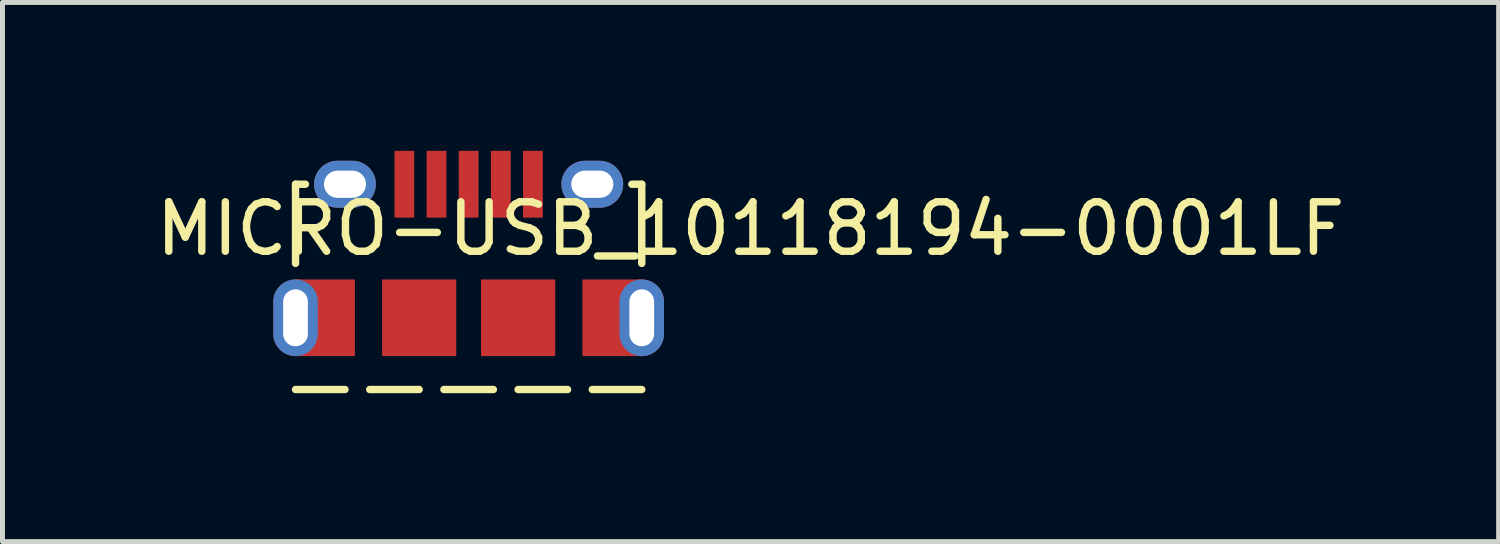
<source format=kicad_pcb>
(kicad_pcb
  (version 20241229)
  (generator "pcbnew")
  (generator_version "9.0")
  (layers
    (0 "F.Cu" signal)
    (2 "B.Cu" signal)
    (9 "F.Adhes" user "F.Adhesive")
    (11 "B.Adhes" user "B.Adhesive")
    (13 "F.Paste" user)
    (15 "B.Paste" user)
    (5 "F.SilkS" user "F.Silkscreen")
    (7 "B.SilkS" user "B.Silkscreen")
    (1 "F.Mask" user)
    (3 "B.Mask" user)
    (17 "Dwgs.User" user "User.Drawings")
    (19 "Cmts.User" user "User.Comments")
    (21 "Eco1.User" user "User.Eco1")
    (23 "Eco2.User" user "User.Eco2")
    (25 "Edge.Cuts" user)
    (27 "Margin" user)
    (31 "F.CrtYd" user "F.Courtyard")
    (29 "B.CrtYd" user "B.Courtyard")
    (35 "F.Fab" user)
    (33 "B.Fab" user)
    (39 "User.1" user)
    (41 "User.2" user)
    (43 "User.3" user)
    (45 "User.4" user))
  (footprint "MICRO-USB_10118194-0001LF"
    (layer "F.Cu")
    (at 6.425 3.375)
    (property "Reference" "MICRO-USB_10118194-0001LF" (at 5.7 -1.8 0) (layer "F.SilkS") (effects (font (size 1 1) (thickness 0.15))))
    (attr through_hole)
    (fp_line (start -3.5 -2.7) (end -3.5 -1.1) (stroke (width 0.15) (type solid)) (layer "F.SilkS"))
    (fp_line (start -3.3 -2.7) (end -3.5 -2.7) (stroke (width 0.15) (type solid)) (layer "F.SilkS"))
    (fp_line (start -2.5 1.45) (end -3.5 1.45) (stroke (width 0.15) (type solid)) (layer "F.SilkS"))
    (fp_line (start -1 1.45) (end -2 1.45) (stroke (width 0.15) (type solid)) (layer "F.SilkS"))
    (fp_line (start 0.5 1.45) (end -0.5 1.45) (stroke (width 0.15) (type solid)) (layer "F.SilkS"))
    (fp_line (start 2 1.45) (end 1 1.45) (stroke (width 0.15) (type solid)) (layer "F.SilkS"))
    (fp_line (start 3.5 -2.7) (end 3.3 -2.7) (stroke (width 0.15) (type solid)) (layer "F.SilkS"))
    (fp_line (start 3.5 -2.7) (end 3.5 -1.1) (stroke (width 0.15) (type solid)) (layer "F.SilkS"))
    (fp_line (start 3.5 1.45) (end 2.5 1.45) (stroke (width 0.15) (type solid)) (layer "F.SilkS"))
    (pad "1" smd rect (at -1.3 -2.7) (size 0.4 1.35) (layers "F.Cu" "F.Mask" "F.Paste"))
    (pad "2" smd rect (at -0.65 -2.7) (size 0.4 1.35) (layers "F.Cu" "F.Mask" "F.Paste"))
    (pad "3" smd rect (at 0 -2.7) (size 0.4 1.35) (layers "F.Cu" "F.Mask" "F.Paste"))
    (pad "4" smd rect (at 0.65 -2.7) (size 0.4 1.35) (layers "F.Cu" "F.Mask" "F.Paste"))
    (pad "5" smd rect (at 1.3 -2.7) (size 0.4 1.35) (layers "F.Cu" "F.Mask" "F.Paste"))
    (pad "6" thru_hole oval (at -3.5 0) (size 0.9 1.55) (drill oval 0.5 1.15) (layers "*.Cu" "*.Mask"))
    (pad "6" smd rect (at -2.9 0) (size 1.2 1.55) (layers "F.Cu" "F.Mask" "F.Paste"))
    (pad "6" thru_hole oval (at -2.5 -2.7) (size 1.25 0.95) (drill oval 0.85 0.55) (layers "*.Cu" "*.Mask"))
    (pad "6" smd rect (at -1 0) (size 1.5 1.55) (layers "F.Cu" "F.Mask" "F.Paste"))
    (pad "6" smd rect (at 1 0) (size 1.5 1.55) (layers "F.Cu" "F.Mask" "F.Paste"))
    (pad "6" thru_hole oval (at 2.5 -2.7) (size 1.25 0.95) (drill oval 0.85 0.55) (layers "*.Cu" "*.Mask"))
    (pad "6" smd rect (at 2.9 0) (size 1.2 1.55) (layers "F.Cu" "F.Mask" "F.Paste"))
    (pad "6" thru_hole oval (at 3.5 0) (size 0.9 1.55) (drill oval 0.5 1.15) (layers "*.Cu" "*.Mask")))
  (gr_rect
    (start -3 -3)
    (end 27.25 7.9)
    (stroke (width 0.1) (type default))
    (fill no)
    (layer "Edge.Cuts")))
</source>
